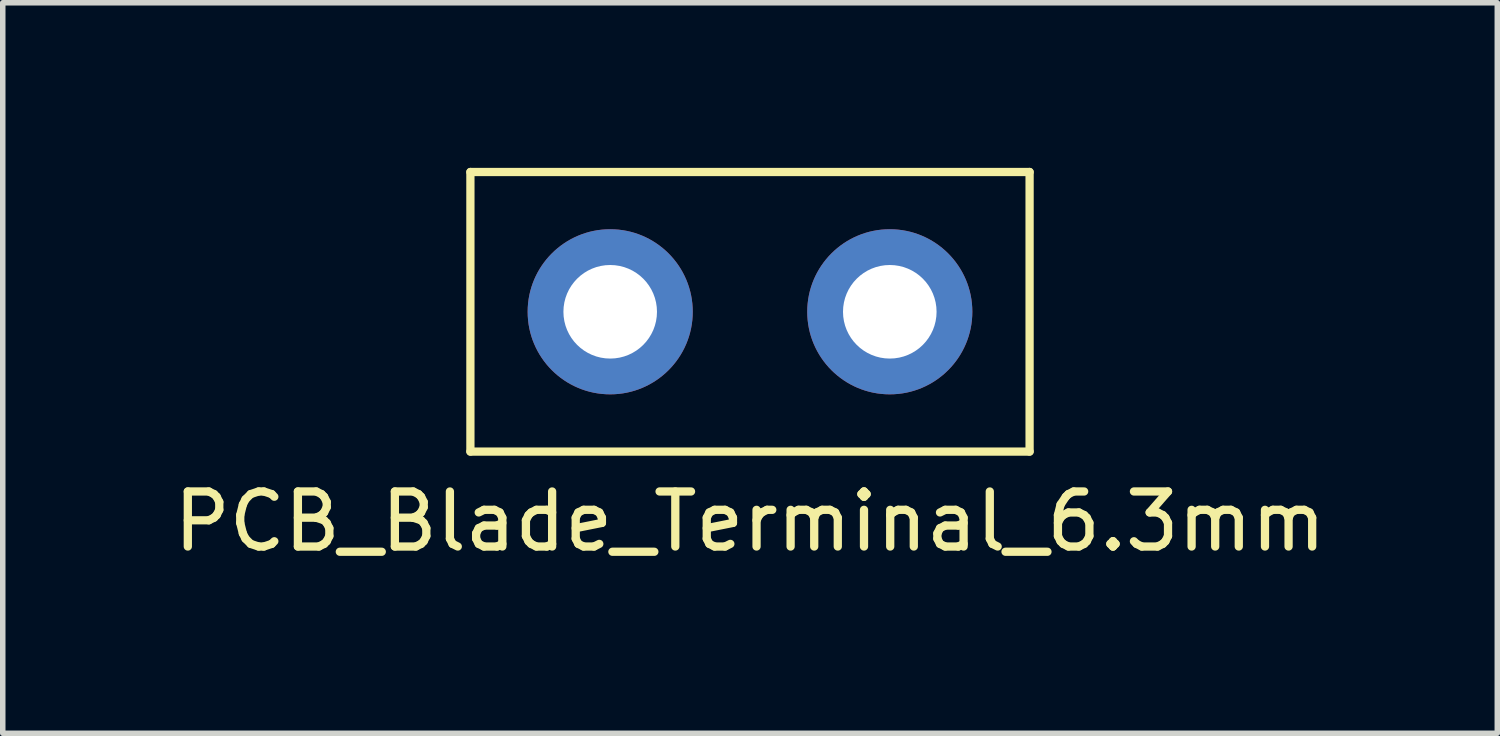
<source format=kicad_pcb>
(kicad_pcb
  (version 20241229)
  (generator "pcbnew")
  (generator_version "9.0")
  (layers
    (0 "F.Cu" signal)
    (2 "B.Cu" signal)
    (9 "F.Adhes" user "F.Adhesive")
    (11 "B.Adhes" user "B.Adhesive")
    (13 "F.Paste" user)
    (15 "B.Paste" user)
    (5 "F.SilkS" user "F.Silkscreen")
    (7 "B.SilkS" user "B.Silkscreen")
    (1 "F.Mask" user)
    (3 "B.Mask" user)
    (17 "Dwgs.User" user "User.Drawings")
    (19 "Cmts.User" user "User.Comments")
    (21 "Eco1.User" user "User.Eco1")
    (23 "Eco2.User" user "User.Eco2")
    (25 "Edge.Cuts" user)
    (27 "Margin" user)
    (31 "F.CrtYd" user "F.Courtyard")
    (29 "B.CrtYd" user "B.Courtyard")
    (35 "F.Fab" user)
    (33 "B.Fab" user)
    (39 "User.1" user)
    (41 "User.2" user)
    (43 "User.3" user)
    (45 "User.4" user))
  (footprint "PCB_Blade_Terminal_6.3mm"
    (layer "F.Cu")
    (at 8.037 2.615)
    (property "Reference" "PCB_Blade_Terminal_6.3mm" (at 2.54 3.81 0) (layer "F.SilkS") (effects (font (size 1 1) (thickness 0.15))))
    (attr through_hole)
    (fp_line (start -2.54 -2.54) (end 7.62 -2.54) (stroke (width 0.15) (type solid)) (layer "F.SilkS"))
    (fp_line (start -2.54 2.54) (end -2.54 -2.54) (stroke (width 0.15) (type solid)) (layer "F.SilkS"))
    (fp_line (start 7.62 -2.54) (end 7.62 2.54) (stroke (width 0.15) (type solid)) (layer "F.SilkS"))
    (fp_line (start 7.62 2.54) (end -2.54 2.54) (stroke (width 0.15) (type solid)) (layer "F.SilkS"))
    (pad "1" thru_hole circle (at 0 0) (size 3 3) (drill 1.7) (layers "*.Cu" "*.Mask"))
    (pad "1" thru_hole circle (at 5.08 0) (size 3 3) (drill 1.7) (layers "*.Cu" "*.Mask")))
  (gr_rect
    (start -3 -3)
    (end 24.155 10.273)
    (stroke (width 0.1) (type default))
    (fill no)
    (layer "Edge.Cuts")))
</source>
